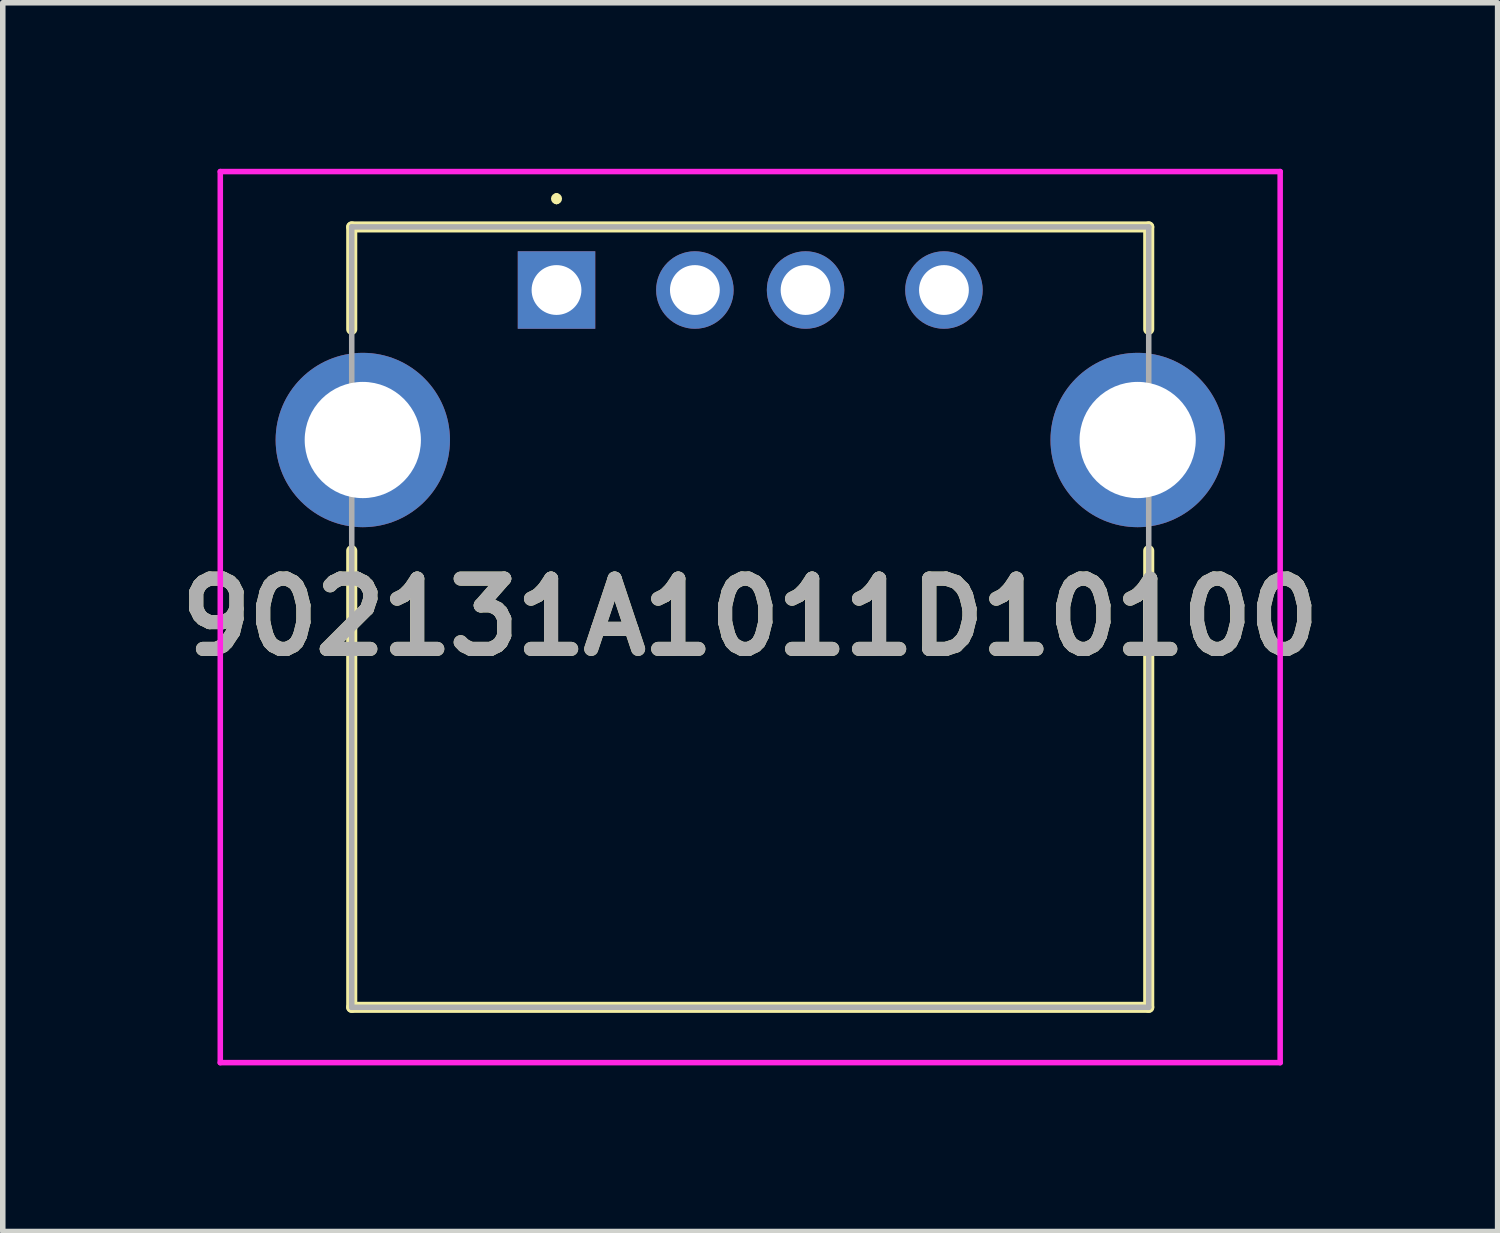
<source format=kicad_pcb>
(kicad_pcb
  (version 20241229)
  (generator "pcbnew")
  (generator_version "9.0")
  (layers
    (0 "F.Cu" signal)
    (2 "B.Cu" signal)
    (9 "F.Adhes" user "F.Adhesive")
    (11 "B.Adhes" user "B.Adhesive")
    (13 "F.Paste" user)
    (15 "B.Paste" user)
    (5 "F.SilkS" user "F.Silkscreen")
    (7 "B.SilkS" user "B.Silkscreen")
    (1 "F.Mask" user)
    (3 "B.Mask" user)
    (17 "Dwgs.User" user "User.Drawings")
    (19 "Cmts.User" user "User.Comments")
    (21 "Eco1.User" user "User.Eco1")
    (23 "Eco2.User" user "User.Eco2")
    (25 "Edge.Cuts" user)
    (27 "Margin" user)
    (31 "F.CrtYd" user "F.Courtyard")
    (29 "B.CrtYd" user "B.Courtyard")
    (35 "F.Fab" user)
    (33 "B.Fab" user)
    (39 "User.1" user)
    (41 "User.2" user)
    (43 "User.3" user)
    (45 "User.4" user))
  (footprint "902131A1011D10100"
    (layer "F.Cu")
    (at 7.005 2.19)
    (property "Reference" "902131A1011D10100" (at 3.5 5.91 0) (layer "F.SilkS") (effects (font (size 1.27 1.27) (thickness 0.254))))
    (attr through_hole)
    (fp_line (start -3.7 -1.14) (end 10.7 -1.14) (stroke (width 0.2) (type solid)) (layer "F.SilkS"))
    (fp_line (start -3.7 0.71) (end -3.7 -1.14) (stroke (width 0.2) (type solid)) (layer "F.SilkS"))
    (fp_line (start -3.7 4.71) (end -3.7 12.96) (stroke (width 0.2) (type solid)) (layer "F.SilkS"))
    (fp_line (start -3.7 12.96) (end 10.7 12.96) (stroke (width 0.2) (type solid)) (layer "F.SilkS"))
    (fp_line (start 0 -1.7) (end 0 -1.7) (stroke (width 0.1) (type solid)) (layer "F.SilkS"))
    (fp_line (start 0 -1.6) (end 0 -1.6) (stroke (width 0.1) (type solid)) (layer "F.SilkS"))
    (fp_line (start 10.7 -1.14) (end 10.7 0.71) (stroke (width 0.2) (type solid)) (layer "F.SilkS"))
    (fp_line (start 10.7 5.21) (end 10.7 4.71) (stroke (width 0.2) (type solid)) (layer "F.SilkS"))
    (fp_line (start 10.7 12.96) (end 10.7 5.21) (stroke (width 0.2) (type solid)) (layer "F.SilkS"))
    (fp_arc (start 0 -1.7) (mid 0.05 -1.65) (end 0 -1.6) (stroke (width 0.1) (type solid)) (layer "F.SilkS"))
    (fp_arc (start 0 -1.6) (mid -0.05 -1.65) (end 0 -1.7) (stroke (width 0.1) (type solid)) (layer "F.SilkS"))
    (fp_line (start -6.075 -2.14) (end 13.075 -2.14) (stroke (width 0.1) (type solid)) (layer "F.CrtYd"))
    (fp_line (start -6.075 13.96) (end -6.075 -2.14) (stroke (width 0.1) (type solid)) (layer "F.CrtYd"))
    (fp_line (start 13.075 -2.14) (end 13.075 13.96) (stroke (width 0.1) (type solid)) (layer "F.CrtYd"))
    (fp_line (start 13.075 13.96) (end -6.075 13.96) (stroke (width 0.1) (type solid)) (layer "F.CrtYd"))
    (fp_line (start -3.7 -1.14) (end 10.7 -1.14) (stroke (width 0.1) (type solid)) (layer "F.Fab"))
    (fp_line (start -3.7 12.96) (end -3.7 -1.14) (stroke (width 0.1) (type solid)) (layer "F.Fab"))
    (fp_line (start 10.7 -1.14) (end 10.7 12.96) (stroke (width 0.1) (type solid)) (layer "F.Fab"))
    (fp_line (start 10.7 12.96) (end -3.7 12.96) (stroke (width 0.1) (type solid)) (layer "F.Fab"))
    (fp_text user "${REFERENCE}" (at 3.5 5.91 0) (layer "F.Fab") (effects (font (size 1.27 1.27) (thickness 0.254))))
    (pad "1" thru_hole rect (at 0 0) (size 1.4 1.4) (drill 0.9) (layers "*.Cu" "*.Mask"))
    (pad "2" thru_hole circle (at 2.5 0) (size 1.4 1.4) (drill 0.9) (layers "*.Cu" "*.Mask"))
    (pad "3" thru_hole circle (at 4.5 0) (size 1.4 1.4) (drill 0.9) (layers "*.Cu" "*.Mask"))
    (pad "4" thru_hole circle (at 7 0) (size 1.4 1.4) (drill 0.9) (layers "*.Cu" "*.Mask"))
    (pad "5" thru_hole circle (at -3.5 2.71) (size 3.15 3.15) (drill 2.1) (layers "*.Cu" "*.Mask"))
    (pad "6" thru_hole circle (at 10.5 2.71) (size 3.15 3.15) (drill 2.1) (layers "*.Cu" "*.Mask")))
  (gr_rect
    (start -3 -3)
    (end 24.009 19.2)
    (stroke (width 0.1) (type default))
    (fill no)
    (layer "Edge.Cuts")))
</source>
